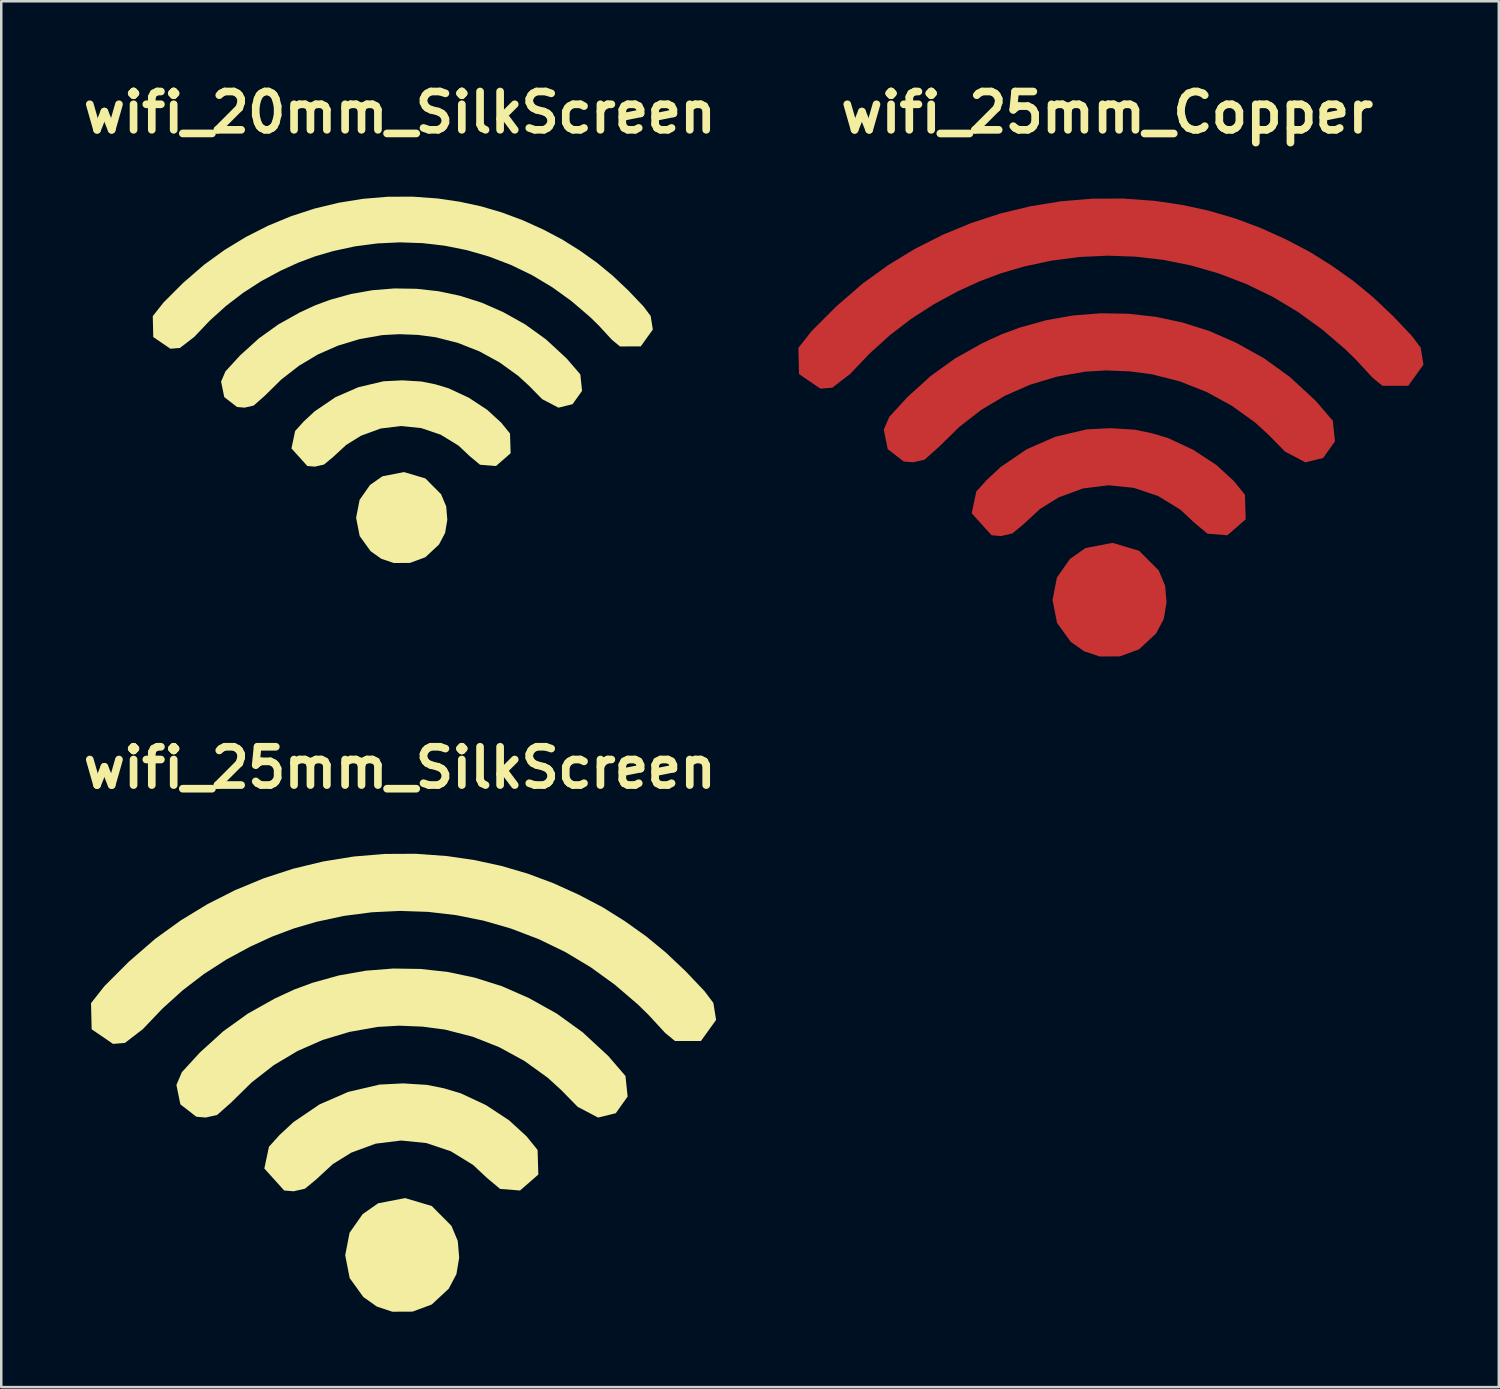
<source format=kicad_pcb>
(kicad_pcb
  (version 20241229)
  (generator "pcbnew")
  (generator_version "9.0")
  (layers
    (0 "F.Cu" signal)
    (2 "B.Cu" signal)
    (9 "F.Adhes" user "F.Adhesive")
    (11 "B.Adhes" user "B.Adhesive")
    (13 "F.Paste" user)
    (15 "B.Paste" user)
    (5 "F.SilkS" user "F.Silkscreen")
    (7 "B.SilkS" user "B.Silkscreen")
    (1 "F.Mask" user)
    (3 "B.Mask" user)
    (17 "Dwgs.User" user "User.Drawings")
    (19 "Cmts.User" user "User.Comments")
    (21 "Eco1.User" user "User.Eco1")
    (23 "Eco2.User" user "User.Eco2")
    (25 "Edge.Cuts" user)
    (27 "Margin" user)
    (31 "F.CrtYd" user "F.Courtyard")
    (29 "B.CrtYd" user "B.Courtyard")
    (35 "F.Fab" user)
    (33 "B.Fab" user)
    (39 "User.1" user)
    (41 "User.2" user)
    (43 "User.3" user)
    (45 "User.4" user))
  (footprint "wifi_20mm_SilkScreen"
    (layer "F.Cu")
    (at 12.86 11.952)
    (property "Reference" "wifi_20mm_SilkScreen" (at 0 -10.526 0) (layer "F.SilkS") (effects (font (size 1.524 1.524) (thickness 0.305))))
    (attr exclude_from_pos_files exclude_from_bom)
    (fp_poly (pts (xy -0.238 7.402) (xy -0.734 7.236) (xy -1.162 6.932) (xy -1.597 6.329) (xy -1.739 5.604) (xy -1.6 4.889) (xy -1.185 4.296) (xy -0.69 3.95) (xy 0.17 3.784) (xy 1.018 4.037) (xy 1.642 4.665) (xy 1.846 5.15) (xy 1.89 5.684) (xy 1.802 6.205) (xy 1.558 6.668) (xy 1.016 7.172) (xy 0.404 7.398) (xy -0.238 7.402)) (stroke (width 0) (type solid)) (fill yes) (layer "F.SilkS"))
    (fp_poly (pts (xy -3.68 3.542) (xy -4.312 2.842) (xy -4.166 2.15) (xy -3.83 1.777) (xy -3.387 1.365) (xy -2.558 0.802) (xy -1.646 0.405) (xy -0.646 0.17) (xy 0.104 0.133) (xy 0.865 0.18) (xy 1.42 0.293) (xy 1.937 0.448) (xy 2.744 0.824) (xy 3.478 1.307) (xy 4.037 1.82) (xy 4.385 2.251) (xy 4.41 3.034) (xy 3.827 3.542) (xy 3.192 3.492) (xy 2.763 3.133) (xy 2.335 2.73) (xy 1.624 2.294) (xy 0.849 2.033) (xy 0.041 1.951) (xy -0.767 2.051) (xy -1.545 2.337) (xy -2.133 2.702) (xy -2.664 3.192) (xy -3.019 3.485) (xy -3.38 3.567) (xy -3.68 3.542)) (stroke (width 0) (type solid)) (fill yes) (layer "F.SilkS"))
    (fp_poly (pts (xy -6.478 1.194) (xy -6.986 0.799) (xy -7.112 0.182) (xy -6.938 -0.225) (xy -6.355 -0.86) (xy -5.616 -1.53) (xy -4.838 -2.089) (xy -3.974 -2.572) (xy -3.364 -2.854) (xy -2.78 -3.07) (xy -1.942 -3.303) (xy -1.083 -3.455) (xy -0.211 -3.524) (xy 0.665 -3.51) (xy 1.533 -3.414) (xy 2.386 -3.234) (xy 3.253 -2.96) (xy 4.111 -2.583) (xy 4.993 -2.09) (xy 5.816 -1.497) (xy 6.637 -0.739) (xy 7.184 -0.103) (xy 7.252 0.552) (xy 6.874 1.082) (xy 6.313 1.221) (xy 5.663 0.88) (xy 5.141 0.348) (xy 4.711 -0.046) (xy 3.968 -0.581) (xy 3.168 -1.019) (xy 2.32 -1.353) (xy 1.436 -1.58) (xy 0.724 -1.675) (xy -0.023 -1.704) (xy -0.706 -1.666) (xy -1.607 -1.506) (xy -2.457 -1.25) (xy -3.258 -0.898) (xy -4.01 -0.449) (xy -4.713 0.097) (xy -5.368 0.741) (xy -5.815 1.137) (xy -6.178 1.219) (xy -6.478 1.194)) (stroke (width 0) (type solid)) (fill yes) (layer "F.SilkS"))
    (fp_poly (pts (xy -9.13 -1.125) (xy -9.811 -1.59) (xy -9.831 -2.422) (xy -9.405 -2.962) (xy -8.627 -3.741) (xy -7.782 -4.472) (xy -6.972 -5.057) (xy -6.124 -5.573) (xy -5.243 -6.02) (xy -4.333 -6.396) (xy -3.397 -6.701) (xy -2.442 -6.932) (xy -1.47 -7.09) (xy -0.487 -7.172) (xy 0.504 -7.177) (xy 1.498 -7.105) (xy 2.38 -6.976) (xy 3.234 -6.791) (xy 4.066 -6.546) (xy 4.886 -6.24) (xy 5.704 -5.87) (xy 6.461 -5.472) (xy 7.163 -5.032) (xy 7.844 -4.547) (xy 8.468 -4.033) (xy 9.094 -3.442) (xy 9.694 -2.811) (xy 9.981 -2.429) (xy 10.069 -1.889) (xy 9.586 -1.217) (xy 8.762 -1.216) (xy 8.445 -1.475) (xy 7.923 -2.042) (xy 7.58 -2.379) (xy 6.839 -3.014) (xy 6.069 -3.57) (xy 5.264 -4.052) (xy 4.421 -4.46) (xy 3.534 -4.798) (xy 2.67 -5.047) (xy 1.791 -5.224) (xy 0.902 -5.327) (xy 0.008 -5.358) (xy -0.886 -5.316) (xy -1.776 -5.2) (xy -2.658 -5.01) (xy -3.371 -4.801) (xy -4.049 -4.547) (xy -4.75 -4.227) (xy -5.521 -3.811) (xy -6.239 -3.347) (xy -6.916 -2.828) (xy -7.56 -2.246) (xy -8.182 -1.593) (xy -8.752 -1.155) (xy -9.13 -1.125)) (stroke (width 0) (type solid)) (fill yes) (layer "F.SilkS")))
  (footprint "wifi_25mm_Copper"
    (layer "F.Cu")
    (at 41.008 13.822)
    (property "Reference" "wifi_25mm_Copper" (at 0 -12.395 0) (layer "F.SilkS") (effects (font (size 1.524 1.524) (thickness 0.305))))
    (attr exclude_from_pos_files exclude_from_bom)
    (fp_poly (pts (xy -0.297 9.252) (xy -0.917 9.045) (xy -1.453 8.665) (xy -1.996 7.912) (xy -2.173 7.005) (xy -2 6.111) (xy -1.481 5.37) (xy -0.863 4.937) (xy 0.212 4.73) (xy 1.272 5.046) (xy 2.053 5.831) (xy 2.307 6.437) (xy 2.362 7.105) (xy 2.252 7.757) (xy 1.947 8.335) (xy 1.27 8.965) (xy 0.505 9.248) (xy -0.297 9.252)) (stroke (width 0) (type solid)) (fill yes) (layer "F.Cu"))
    (fp_poly (pts (xy -4.601 4.428) (xy -5.391 3.553) (xy -5.208 2.688) (xy -4.787 2.221) (xy -4.233 1.707) (xy -3.197 1.003) (xy -2.058 0.506) (xy -0.808 0.213) (xy 0.131 0.166) (xy 1.081 0.225) (xy 1.774 0.366) (xy 2.421 0.56) (xy 3.429 1.03) (xy 4.347 1.634) (xy 5.046 2.275) (xy 5.482 2.814) (xy 5.512 3.793) (xy 4.784 4.428) (xy 3.99 4.365) (xy 3.454 3.916) (xy 2.918 3.412) (xy 2.03 2.867) (xy 1.061 2.541) (xy 0.052 2.439) (xy -0.959 2.564) (xy -1.931 2.921) (xy -2.667 3.378) (xy -3.33 3.99) (xy -3.774 4.356) (xy -4.226 4.459) (xy -4.601 4.428)) (stroke (width 0) (type solid)) (fill yes) (layer "F.Cu"))
    (fp_poly (pts (xy -8.097 1.493) (xy -8.733 0.999) (xy -8.89 0.227) (xy -8.673 -0.281) (xy -7.944 -1.075) (xy -7.02 -1.912) (xy -6.048 -2.611) (xy -4.968 -3.215) (xy -4.205 -3.568) (xy -3.474 -3.838) (xy -2.428 -4.129) (xy -1.354 -4.319) (xy -0.263 -4.405) (xy 0.831 -4.388) (xy 1.917 -4.267) (xy 2.982 -4.042) (xy 4.066 -3.7) (xy 5.139 -3.229) (xy 6.242 -2.613) (xy 7.27 -1.872) (xy 8.297 -0.923) (xy 8.98 -0.128) (xy 9.065 0.69) (xy 8.593 1.353) (xy 7.891 1.526) (xy 7.079 1.1) (xy 6.426 0.434) (xy 5.889 -0.057) (xy 4.96 -0.726) (xy 3.959 -1.273) (xy 2.9 -1.692) (xy 1.795 -1.975) (xy 0.905 -2.093) (xy -0.028 -2.131) (xy -0.882 -2.082) (xy -2.008 -1.882) (xy -3.072 -1.562) (xy -4.073 -1.122) (xy -5.013 -0.561) (xy -5.891 0.122) (xy -6.71 0.926) (xy -7.269 1.421) (xy -7.722 1.524) (xy -8.097 1.493)) (stroke (width 0) (type solid)) (fill yes) (layer "F.Cu"))
    (fp_poly (pts (xy -11.412 -1.406) (xy -12.263 -1.988) (xy -12.288 -3.027) (xy -11.756 -3.703) (xy -10.783 -4.676) (xy -9.728 -5.591) (xy -8.715 -6.321) (xy -7.656 -6.966) (xy -6.554 -7.524) (xy -5.416 -7.995) (xy -4.247 -8.376) (xy -3.052 -8.665) (xy -1.837 -8.862) (xy -0.608 -8.965) (xy 0.63 -8.971) (xy 1.872 -8.881) (xy 2.976 -8.72) (xy 4.042 -8.488) (xy 5.083 -8.183) (xy 6.108 -7.801) (xy 7.129 -7.338) (xy 8.077 -6.84) (xy 8.954 -6.29) (xy 9.805 -5.684) (xy 10.585 -5.042) (xy 11.368 -4.302) (xy 12.118 -3.513) (xy 12.477 -3.037) (xy 12.586 -2.361) (xy 11.982 -1.521) (xy 10.952 -1.52) (xy 10.557 -1.844) (xy 9.904 -2.553) (xy 9.475 -2.974) (xy 8.549 -3.767) (xy 7.586 -4.463) (xy 6.58 -5.065) (xy 5.526 -5.575) (xy 4.418 -5.997) (xy 3.337 -6.309) (xy 2.238 -6.53) (xy 1.128 -6.659) (xy 0.01 -6.698) (xy -1.108 -6.644) (xy -2.22 -6.5) (xy -3.322 -6.263) (xy -4.214 -6.001) (xy -5.061 -5.684) (xy -5.938 -5.283) (xy -6.901 -4.763) (xy -7.799 -4.184) (xy -8.645 -3.535) (xy -9.45 -2.807) (xy -10.228 -1.991) (xy -10.94 -1.444) (xy -11.412 -1.406)) (stroke (width 0) (type solid)) (fill yes) (layer "F.Cu")))
  (footprint "wifi_25mm_SilkScreen"
    (layer "F.Cu")
    (at 12.86 39.896)
    (property "Reference" "wifi_25mm_SilkScreen" (at 0 -12.395 0) (layer "F.SilkS") (effects (font (size 1.524 1.524) (thickness 0.305))))
    (attr exclude_from_pos_files exclude_from_bom)
    (fp_poly (pts (xy -0.297 9.252) (xy -0.917 9.045) (xy -1.453 8.665) (xy -1.996 7.912) (xy -2.173 7.005) (xy -2 6.111) (xy -1.481 5.37) (xy -0.863 4.937) (xy 0.212 4.73) (xy 1.272 5.046) (xy 2.053 5.831) (xy 2.307 6.437) (xy 2.362 7.105) (xy 2.252 7.757) (xy 1.947 8.335) (xy 1.27 8.965) (xy 0.505 9.248) (xy -0.297 9.252)) (stroke (width 0) (type solid)) (fill yes) (layer "F.SilkS"))
    (fp_poly (pts (xy -4.601 4.428) (xy -5.391 3.553) (xy -5.208 2.688) (xy -4.787 2.221) (xy -4.233 1.707) (xy -3.197 1.003) (xy -2.058 0.506) (xy -0.808 0.213) (xy 0.131 0.166) (xy 1.081 0.225) (xy 1.774 0.366) (xy 2.421 0.56) (xy 3.429 1.03) (xy 4.347 1.634) (xy 5.046 2.275) (xy 5.482 2.814) (xy 5.512 3.793) (xy 4.784 4.428) (xy 3.99 4.365) (xy 3.454 3.916) (xy 2.918 3.412) (xy 2.03 2.867) (xy 1.061 2.541) (xy 0.052 2.439) (xy -0.959 2.564) (xy -1.931 2.921) (xy -2.667 3.378) (xy -3.33 3.99) (xy -3.774 4.356) (xy -4.226 4.459) (xy -4.601 4.428)) (stroke (width 0) (type solid)) (fill yes) (layer "F.SilkS"))
    (fp_poly (pts (xy -8.097 1.493) (xy -8.733 0.999) (xy -8.89 0.227) (xy -8.673 -0.281) (xy -7.944 -1.075) (xy -7.02 -1.912) (xy -6.048 -2.611) (xy -4.968 -3.215) (xy -4.205 -3.568) (xy -3.474 -3.838) (xy -2.428 -4.129) (xy -1.354 -4.319) (xy -0.263 -4.405) (xy 0.831 -4.388) (xy 1.917 -4.267) (xy 2.982 -4.042) (xy 4.066 -3.7) (xy 5.139 -3.229) (xy 6.242 -2.613) (xy 7.27 -1.872) (xy 8.297 -0.923) (xy 8.98 -0.128) (xy 9.065 0.69) (xy 8.593 1.353) (xy 7.891 1.526) (xy 7.079 1.1) (xy 6.426 0.434) (xy 5.889 -0.057) (xy 4.96 -0.726) (xy 3.959 -1.273) (xy 2.9 -1.692) (xy 1.795 -1.975) (xy 0.905 -2.093) (xy -0.028 -2.131) (xy -0.882 -2.082) (xy -2.008 -1.882) (xy -3.072 -1.562) (xy -4.073 -1.122) (xy -5.013 -0.561) (xy -5.891 0.122) (xy -6.71 0.926) (xy -7.269 1.421) (xy -7.722 1.524) (xy -8.097 1.493)) (stroke (width 0) (type solid)) (fill yes) (layer "F.SilkS"))
    (fp_poly (pts (xy -11.412 -1.406) (xy -12.263 -1.988) (xy -12.288 -3.027) (xy -11.756 -3.703) (xy -10.783 -4.676) (xy -9.728 -5.591) (xy -8.715 -6.321) (xy -7.656 -6.966) (xy -6.554 -7.524) (xy -5.416 -7.995) (xy -4.247 -8.376) (xy -3.052 -8.665) (xy -1.837 -8.862) (xy -0.608 -8.965) (xy 0.63 -8.971) (xy 1.872 -8.881) (xy 2.976 -8.72) (xy 4.042 -8.488) (xy 5.083 -8.183) (xy 6.108 -7.801) (xy 7.129 -7.338) (xy 8.077 -6.84) (xy 8.954 -6.29) (xy 9.805 -5.684) (xy 10.585 -5.042) (xy 11.368 -4.302) (xy 12.118 -3.513) (xy 12.477 -3.037) (xy 12.586 -2.361) (xy 11.982 -1.521) (xy 10.952 -1.52) (xy 10.557 -1.844) (xy 9.904 -2.553) (xy 9.475 -2.974) (xy 8.549 -3.767) (xy 7.586 -4.463) (xy 6.58 -5.065) (xy 5.526 -5.575) (xy 4.418 -5.997) (xy 3.337 -6.309) (xy 2.238 -6.53) (xy 1.128 -6.659) (xy 0.01 -6.698) (xy -1.108 -6.644) (xy -2.22 -6.5) (xy -3.322 -6.263) (xy -4.214 -6.001) (xy -5.061 -5.684) (xy -5.938 -5.283) (xy -6.901 -4.763) (xy -7.799 -4.184) (xy -8.645 -3.535) (xy -9.45 -2.807) (xy -10.228 -1.991) (xy -10.94 -1.444) (xy -11.412 -1.406)) (stroke (width 0) (type solid)) (fill yes) (layer "F.SilkS")))
  (gr_rect
    (start -3 -3)
    (end 56.593 52.148)
    (stroke (width 0.1) (type default))
    (fill no)
    (layer "Edge.Cuts")))
</source>
